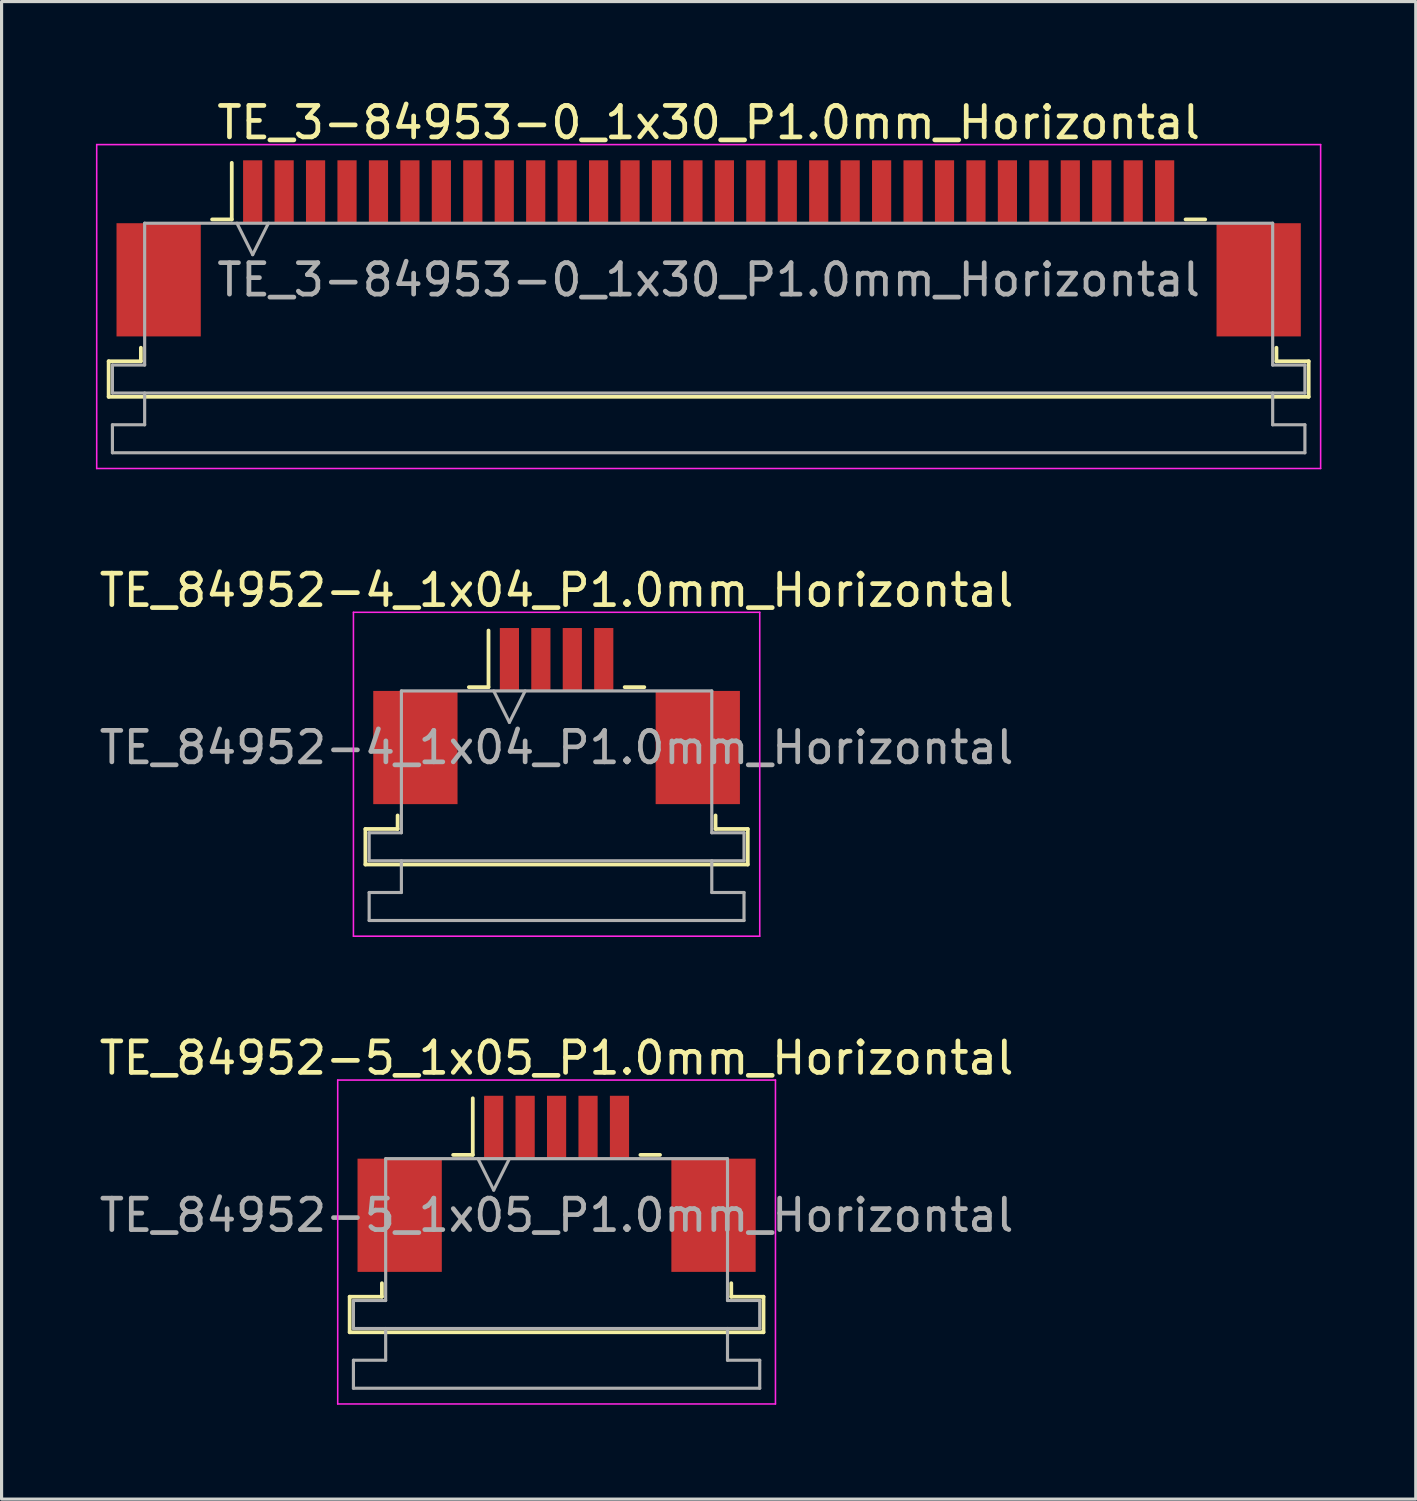
<source format=kicad_pcb>
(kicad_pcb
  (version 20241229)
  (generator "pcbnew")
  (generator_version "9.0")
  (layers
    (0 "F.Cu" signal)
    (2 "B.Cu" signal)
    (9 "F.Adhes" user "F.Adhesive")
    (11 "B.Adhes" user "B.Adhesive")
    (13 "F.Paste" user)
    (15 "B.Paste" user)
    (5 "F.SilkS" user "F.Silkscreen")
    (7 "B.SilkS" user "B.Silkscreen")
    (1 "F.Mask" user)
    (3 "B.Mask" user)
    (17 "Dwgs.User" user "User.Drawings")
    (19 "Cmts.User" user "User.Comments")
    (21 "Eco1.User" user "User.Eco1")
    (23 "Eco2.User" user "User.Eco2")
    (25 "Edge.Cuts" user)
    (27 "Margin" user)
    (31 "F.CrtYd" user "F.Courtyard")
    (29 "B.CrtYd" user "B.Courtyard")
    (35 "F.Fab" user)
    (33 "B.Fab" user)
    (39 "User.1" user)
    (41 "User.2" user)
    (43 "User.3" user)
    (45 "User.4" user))
  (footprint "TE_3-84953-0_1x30_P1.0mm_Horizontal"
    (layer "F.Cu")
    (at 19.485 4.848)
    (property "Reference" "TE_3-84953-0_1x30_P1.0mm_Horizontal" (at 0 -4 0) (layer "F.SilkS") (effects (font (size 1 1) (thickness 0.15))))
    (attr smd)
    (fp_line (start -19.08 3.59) (end -18.055 3.59) (stroke (width 0.12) (type solid)) (layer "F.SilkS"))
    (fp_line (start -19.08 4.72) (end -19.08 3.59) (stroke (width 0.12) (type solid)) (layer "F.SilkS"))
    (fp_line (start -18.055 3.59) (end -18.055 3.16) (stroke (width 0.12) (type solid)) (layer "F.SilkS"))
    (fp_line (start -15.79 -0.92) (end -15.165 -0.92) (stroke (width 0.12) (type solid)) (layer "F.SilkS"))
    (fp_line (start -15.165 -0.92) (end -15.165 -2.72) (stroke (width 0.12) (type solid)) (layer "F.SilkS"))
    (fp_line (start 15.165 -0.92) (end 15.79 -0.92) (stroke (width 0.12) (type solid)) (layer "F.SilkS"))
    (fp_line (start 18.055 3.16) (end 18.055 3.59) (stroke (width 0.12) (type solid)) (layer "F.SilkS"))
    (fp_line (start 18.055 3.59) (end 19.08 3.59) (stroke (width 0.12) (type solid)) (layer "F.SilkS"))
    (fp_line (start 19.08 3.59) (end 19.08 4.72) (stroke (width 0.12) (type solid)) (layer "F.SilkS"))
    (fp_line (start 19.08 4.72) (end -19.08 4.72) (stroke (width 0.12) (type solid)) (layer "F.SilkS"))
    (fp_line (start -19.46 -3.3) (end -19.46 7) (stroke (width 0.05) (type solid)) (layer "F.CrtYd"))
    (fp_line (start -19.46 7) (end 19.46 7) (stroke (width 0.05) (type solid)) (layer "F.CrtYd"))
    (fp_line (start 19.46 -3.3) (end -19.46 -3.3) (stroke (width 0.05) (type solid)) (layer "F.CrtYd"))
    (fp_line (start 19.46 7) (end 19.46 -3.3) (stroke (width 0.05) (type solid)) (layer "F.CrtYd"))
    (fp_line (start -18.96 3.71) (end -17.935 3.71) (stroke (width 0.1) (type solid)) (layer "F.Fab"))
    (fp_line (start -18.96 4.6) (end -18.96 3.71) (stroke (width 0.1) (type solid)) (layer "F.Fab"))
    (fp_line (start -18.96 5.61) (end -17.935 5.61) (stroke (width 0.1) (type solid)) (layer "F.Fab"))
    (fp_line (start -18.96 6.5) (end -18.96 5.61) (stroke (width 0.1) (type solid)) (layer "F.Fab"))
    (fp_line (start -17.935 -0.8) (end 17.935 -0.8) (stroke (width 0.1) (type solid)) (layer "F.Fab"))
    (fp_line (start -17.935 3.71) (end -17.935 -0.8) (stroke (width 0.1) (type solid)) (layer "F.Fab"))
    (fp_line (start -17.935 5.61) (end -17.935 4.6) (stroke (width 0.1) (type solid)) (layer "F.Fab"))
    (fp_line (start -15 -0.8) (end -14.5 0.2) (stroke (width 0.1) (type solid)) (layer "F.Fab"))
    (fp_line (start -14.5 0.2) (end -14 -0.8) (stroke (width 0.1) (type solid)) (layer "F.Fab"))
    (fp_line (start 17.935 -0.8) (end 17.935 3.71) (stroke (width 0.1) (type solid)) (layer "F.Fab"))
    (fp_line (start 17.935 3.71) (end 18.96 3.71) (stroke (width 0.1) (type solid)) (layer "F.Fab"))
    (fp_line (start 17.935 4.6) (end 17.935 5.61) (stroke (width 0.1) (type solid)) (layer "F.Fab"))
    (fp_line (start 17.935 5.61) (end 18.96 5.61) (stroke (width 0.1) (type solid)) (layer "F.Fab"))
    (fp_line (start 18.96 3.71) (end 18.96 4.6) (stroke (width 0.1) (type solid)) (layer "F.Fab"))
    (fp_line (start 18.96 4.6) (end -18.96 4.6) (stroke (width 0.1) (type solid)) (layer "F.Fab"))
    (fp_line (start 18.96 5.61) (end 18.96 6.5) (stroke (width 0.1) (type solid)) (layer "F.Fab"))
    (fp_line (start 18.96 6.5) (end -18.96 6.5) (stroke (width 0.1) (type solid)) (layer "F.Fab"))
    (fp_text user "${REFERENCE}" (at 0 1 0) (layer "F.Fab") (effects (font (size 1 1) (thickness 0.15))))
    (pad "" smd rect (at -17.49 1) (size 2.68 3.6) (layers "F.Cu" "F.Mask" "F.Paste"))
    (pad "" smd rect (at 17.49 1) (size 2.68 3.6) (layers "F.Cu" "F.Mask" "F.Paste"))
    (pad "1" smd rect (at -14.5 -1.8) (size 0.61 2) (layers "F.Cu" "F.Mask" "F.Paste"))
    (pad "2" smd rect (at -13.5 -1.8) (size 0.61 2) (layers "F.Cu" "F.Mask" "F.Paste"))
    (pad "3" smd rect (at -12.5 -1.8) (size 0.61 2) (layers "F.Cu" "F.Mask" "F.Paste"))
    (pad "4" smd rect (at -11.5 -1.8) (size 0.61 2) (layers "F.Cu" "F.Mask" "F.Paste"))
    (pad "5" smd rect (at -10.5 -1.8) (size 0.61 2) (layers "F.Cu" "F.Mask" "F.Paste"))
    (pad "6" smd rect (at -9.5 -1.8) (size 0.61 2) (layers "F.Cu" "F.Mask" "F.Paste"))
    (pad "7" smd rect (at -8.5 -1.8) (size 0.61 2) (layers "F.Cu" "F.Mask" "F.Paste"))
    (pad "8" smd rect (at -7.5 -1.8) (size 0.61 2) (layers "F.Cu" "F.Mask" "F.Paste"))
    (pad "9" smd rect (at -6.5 -1.8) (size 0.61 2) (layers "F.Cu" "F.Mask" "F.Paste"))
    (pad "10" smd rect (at -5.5 -1.8) (size 0.61 2) (layers "F.Cu" "F.Mask" "F.Paste"))
    (pad "11" smd rect (at -4.5 -1.8) (size 0.61 2) (layers "F.Cu" "F.Mask" "F.Paste"))
    (pad "12" smd rect (at -3.5 -1.8) (size 0.61 2) (layers "F.Cu" "F.Mask" "F.Paste"))
    (pad "13" smd rect (at -2.5 -1.8) (size 0.61 2) (layers "F.Cu" "F.Mask" "F.Paste"))
    (pad "14" smd rect (at -1.5 -1.8) (size 0.61 2) (layers "F.Cu" "F.Mask" "F.Paste"))
    (pad "15" smd rect (at -0.5 -1.8) (size 0.61 2) (layers "F.Cu" "F.Mask" "F.Paste"))
    (pad "16" smd rect (at 0.5 -1.8) (size 0.61 2) (layers "F.Cu" "F.Mask" "F.Paste"))
    (pad "17" smd rect (at 1.5 -1.8) (size 0.61 2) (layers "F.Cu" "F.Mask" "F.Paste"))
    (pad "18" smd rect (at 2.5 -1.8) (size 0.61 2) (layers "F.Cu" "F.Mask" "F.Paste"))
    (pad "19" smd rect (at 3.5 -1.8) (size 0.61 2) (layers "F.Cu" "F.Mask" "F.Paste"))
    (pad "20" smd rect (at 4.5 -1.8) (size 0.61 2) (layers "F.Cu" "F.Mask" "F.Paste"))
    (pad "21" smd rect (at 5.5 -1.8) (size 0.61 2) (layers "F.Cu" "F.Mask" "F.Paste"))
    (pad "22" smd rect (at 6.5 -1.8) (size 0.61 2) (layers "F.Cu" "F.Mask" "F.Paste"))
    (pad "23" smd rect (at 7.5 -1.8) (size 0.61 2) (layers "F.Cu" "F.Mask" "F.Paste"))
    (pad "24" smd rect (at 8.5 -1.8) (size 0.61 2) (layers "F.Cu" "F.Mask" "F.Paste"))
    (pad "25" smd rect (at 9.5 -1.8) (size 0.61 2) (layers "F.Cu" "F.Mask" "F.Paste"))
    (pad "26" smd rect (at 10.5 -1.8) (size 0.61 2) (layers "F.Cu" "F.Mask" "F.Paste"))
    (pad "27" smd rect (at 11.5 -1.8) (size 0.61 2) (layers "F.Cu" "F.Mask" "F.Paste"))
    (pad "28" smd rect (at 12.5 -1.8) (size 0.61 2) (layers "F.Cu" "F.Mask" "F.Paste"))
    (pad "29" smd rect (at 13.5 -1.8) (size 0.61 2) (layers "F.Cu" "F.Mask" "F.Paste"))
    (pad "30" smd rect (at 14.5 -1.8) (size 0.61 2) (layers "F.Cu" "F.Mask" "F.Paste")))
  (footprint "TE_84952-4_1x04_P1.0mm_Horizontal"
    (layer "F.Cu")
    (at 14.649 19.721)
    (property "Reference" "TE_84952-4_1x04_P1.0mm_Horizontal" (at 0 -4 0) (layer "F.SilkS") (effects (font (size 1 1) (thickness 0.15))))
    (attr smd)
    (fp_line (start -6.08 3.59) (end -5.055 3.59) (stroke (width 0.12) (type solid)) (layer "F.SilkS"))
    (fp_line (start -6.08 4.72) (end -6.08 3.59) (stroke (width 0.12) (type solid)) (layer "F.SilkS"))
    (fp_line (start -5.055 3.59) (end -5.055 3.16) (stroke (width 0.12) (type solid)) (layer "F.SilkS"))
    (fp_line (start -2.79 -0.92) (end -2.165 -0.92) (stroke (width 0.12) (type solid)) (layer "F.SilkS"))
    (fp_line (start -2.165 -0.92) (end -2.165 -2.72) (stroke (width 0.12) (type solid)) (layer "F.SilkS"))
    (fp_line (start 2.165 -0.92) (end 2.79 -0.92) (stroke (width 0.12) (type solid)) (layer "F.SilkS"))
    (fp_line (start 5.055 3.16) (end 5.055 3.59) (stroke (width 0.12) (type solid)) (layer "F.SilkS"))
    (fp_line (start 5.055 3.59) (end 6.08 3.59) (stroke (width 0.12) (type solid)) (layer "F.SilkS"))
    (fp_line (start 6.08 3.59) (end 6.08 4.72) (stroke (width 0.12) (type solid)) (layer "F.SilkS"))
    (fp_line (start 6.08 4.72) (end -6.08 4.72) (stroke (width 0.12) (type solid)) (layer "F.SilkS"))
    (fp_line (start -6.46 -3.3) (end -6.46 7) (stroke (width 0.05) (type solid)) (layer "F.CrtYd"))
    (fp_line (start -6.46 7) (end 6.46 7) (stroke (width 0.05) (type solid)) (layer "F.CrtYd"))
    (fp_line (start 6.46 -3.3) (end -6.46 -3.3) (stroke (width 0.05) (type solid)) (layer "F.CrtYd"))
    (fp_line (start 6.46 7) (end 6.46 -3.3) (stroke (width 0.05) (type solid)) (layer "F.CrtYd"))
    (fp_line (start -5.96 3.71) (end -4.935 3.71) (stroke (width 0.1) (type solid)) (layer "F.Fab"))
    (fp_line (start -5.96 4.6) (end -5.96 3.71) (stroke (width 0.1) (type solid)) (layer "F.Fab"))
    (fp_line (start -5.96 5.61) (end -4.935 5.61) (stroke (width 0.1) (type solid)) (layer "F.Fab"))
    (fp_line (start -5.96 6.5) (end -5.96 5.61) (stroke (width 0.1) (type solid)) (layer "F.Fab"))
    (fp_line (start -4.935 -0.8) (end 4.935 -0.8) (stroke (width 0.1) (type solid)) (layer "F.Fab"))
    (fp_line (start -4.935 3.71) (end -4.935 -0.8) (stroke (width 0.1) (type solid)) (layer "F.Fab"))
    (fp_line (start -4.935 5.61) (end -4.935 4.6) (stroke (width 0.1) (type solid)) (layer "F.Fab"))
    (fp_line (start -2 -0.8) (end -1.5 0.2) (stroke (width 0.1) (type solid)) (layer "F.Fab"))
    (fp_line (start -1.5 0.2) (end -1 -0.8) (stroke (width 0.1) (type solid)) (layer "F.Fab"))
    (fp_line (start 4.935 -0.8) (end 4.935 3.71) (stroke (width 0.1) (type solid)) (layer "F.Fab"))
    (fp_line (start 4.935 3.71) (end 5.96 3.71) (stroke (width 0.1) (type solid)) (layer "F.Fab"))
    (fp_line (start 4.935 4.6) (end 4.935 5.61) (stroke (width 0.1) (type solid)) (layer "F.Fab"))
    (fp_line (start 4.935 5.61) (end 5.96 5.61) (stroke (width 0.1) (type solid)) (layer "F.Fab"))
    (fp_line (start 5.96 3.71) (end 5.96 4.6) (stroke (width 0.1) (type solid)) (layer "F.Fab"))
    (fp_line (start 5.96 4.6) (end -5.96 4.6) (stroke (width 0.1) (type solid)) (layer "F.Fab"))
    (fp_line (start 5.96 5.61) (end 5.96 6.5) (stroke (width 0.1) (type solid)) (layer "F.Fab"))
    (fp_line (start 5.96 6.5) (end -5.96 6.5) (stroke (width 0.1) (type solid)) (layer "F.Fab"))
    (fp_text user "${REFERENCE}" (at 0 1 0) (layer "F.Fab") (effects (font (size 1 1) (thickness 0.15))))
    (pad "" smd rect (at -4.49 1) (size 2.68 3.6) (layers "F.Cu" "F.Mask" "F.Paste"))
    (pad "" smd rect (at 4.49 1) (size 2.68 3.6) (layers "F.Cu" "F.Mask" "F.Paste"))
    (pad "1" smd rect (at -1.5 -1.8) (size 0.61 2) (layers "F.Cu" "F.Mask" "F.Paste"))
    (pad "2" smd rect (at -0.5 -1.8) (size 0.61 2) (layers "F.Cu" "F.Mask" "F.Paste"))
    (pad "3" smd rect (at 0.5 -1.8) (size 0.61 2) (layers "F.Cu" "F.Mask" "F.Paste"))
    (pad "4" smd rect (at 1.5 -1.8) (size 0.61 2) (layers "F.Cu" "F.Mask" "F.Paste")))
  (footprint "TE_84952-5_1x05_P1.0mm_Horizontal"
    (layer "F.Cu")
    (at 14.649 34.595)
    (property "Reference" "TE_84952-5_1x05_P1.0mm_Horizontal" (at 0 -4 0) (layer "F.SilkS") (effects (font (size 1 1) (thickness 0.15))))
    (attr smd)
    (fp_line (start -6.58 3.59) (end -5.555 3.59) (stroke (width 0.12) (type solid)) (layer "F.SilkS"))
    (fp_line (start -6.58 4.72) (end -6.58 3.59) (stroke (width 0.12) (type solid)) (layer "F.SilkS"))
    (fp_line (start -5.555 3.59) (end -5.555 3.16) (stroke (width 0.12) (type solid)) (layer "F.SilkS"))
    (fp_line (start -3.29 -0.92) (end -2.665 -0.92) (stroke (width 0.12) (type solid)) (layer "F.SilkS"))
    (fp_line (start -2.665 -0.92) (end -2.665 -2.72) (stroke (width 0.12) (type solid)) (layer "F.SilkS"))
    (fp_line (start 2.665 -0.92) (end 3.29 -0.92) (stroke (width 0.12) (type solid)) (layer "F.SilkS"))
    (fp_line (start 5.555 3.16) (end 5.555 3.59) (stroke (width 0.12) (type solid)) (layer "F.SilkS"))
    (fp_line (start 5.555 3.59) (end 6.58 3.59) (stroke (width 0.12) (type solid)) (layer "F.SilkS"))
    (fp_line (start 6.58 3.59) (end 6.58 4.72) (stroke (width 0.12) (type solid)) (layer "F.SilkS"))
    (fp_line (start 6.58 4.72) (end -6.58 4.72) (stroke (width 0.12) (type solid)) (layer "F.SilkS"))
    (fp_line (start -6.96 -3.3) (end -6.96 7) (stroke (width 0.05) (type solid)) (layer "F.CrtYd"))
    (fp_line (start -6.96 7) (end 6.96 7) (stroke (width 0.05) (type solid)) (layer "F.CrtYd"))
    (fp_line (start 6.96 -3.3) (end -6.96 -3.3) (stroke (width 0.05) (type solid)) (layer "F.CrtYd"))
    (fp_line (start 6.96 7) (end 6.96 -3.3) (stroke (width 0.05) (type solid)) (layer "F.CrtYd"))
    (fp_line (start -6.46 3.71) (end -5.435 3.71) (stroke (width 0.1) (type solid)) (layer "F.Fab"))
    (fp_line (start -6.46 4.6) (end -6.46 3.71) (stroke (width 0.1) (type solid)) (layer "F.Fab"))
    (fp_line (start -6.46 5.61) (end -5.435 5.61) (stroke (width 0.1) (type solid)) (layer "F.Fab"))
    (fp_line (start -6.46 6.5) (end -6.46 5.61) (stroke (width 0.1) (type solid)) (layer "F.Fab"))
    (fp_line (start -5.435 -0.8) (end 5.435 -0.8) (stroke (width 0.1) (type solid)) (layer "F.Fab"))
    (fp_line (start -5.435 3.71) (end -5.435 -0.8) (stroke (width 0.1) (type solid)) (layer "F.Fab"))
    (fp_line (start -5.435 5.61) (end -5.435 4.6) (stroke (width 0.1) (type solid)) (layer "F.Fab"))
    (fp_line (start -2.5 -0.8) (end -2 0.2) (stroke (width 0.1) (type solid)) (layer "F.Fab"))
    (fp_line (start -2 0.2) (end -1.5 -0.8) (stroke (width 0.1) (type solid)) (layer "F.Fab"))
    (fp_line (start 5.435 -0.8) (end 5.435 3.71) (stroke (width 0.1) (type solid)) (layer "F.Fab"))
    (fp_line (start 5.435 3.71) (end 6.46 3.71) (stroke (width 0.1) (type solid)) (layer "F.Fab"))
    (fp_line (start 5.435 4.6) (end 5.435 5.61) (stroke (width 0.1) (type solid)) (layer "F.Fab"))
    (fp_line (start 5.435 5.61) (end 6.46 5.61) (stroke (width 0.1) (type solid)) (layer "F.Fab"))
    (fp_line (start 6.46 3.71) (end 6.46 4.6) (stroke (width 0.1) (type solid)) (layer "F.Fab"))
    (fp_line (start 6.46 4.6) (end -6.46 4.6) (stroke (width 0.1) (type solid)) (layer "F.Fab"))
    (fp_line (start 6.46 5.61) (end 6.46 6.5) (stroke (width 0.1) (type solid)) (layer "F.Fab"))
    (fp_line (start 6.46 6.5) (end -6.46 6.5) (stroke (width 0.1) (type solid)) (layer "F.Fab"))
    (fp_text user "${REFERENCE}" (at 0 1 0) (layer "F.Fab") (effects (font (size 1 1) (thickness 0.15))))
    (pad "" smd rect (at -4.99 1) (size 2.68 3.6) (layers "F.Cu" "F.Mask" "F.Paste"))
    (pad "" smd rect (at 4.99 1) (size 2.68 3.6) (layers "F.Cu" "F.Mask" "F.Paste"))
    (pad "1" smd rect (at -2 -1.8) (size 0.61 2) (layers "F.Cu" "F.Mask" "F.Paste"))
    (pad "2" smd rect (at -1 -1.8) (size 0.61 2) (layers "F.Cu" "F.Mask" "F.Paste"))
    (pad "3" smd rect (at 0 -1.8) (size 0.61 2) (layers "F.Cu" "F.Mask" "F.Paste"))
    (pad "4" smd rect (at 1 -1.8) (size 0.61 2) (layers "F.Cu" "F.Mask" "F.Paste"))
    (pad "5" smd rect (at 2 -1.8) (size 0.61 2) (layers "F.Cu" "F.Mask" "F.Paste")))
  (gr_rect
    (start -3 -3)
    (end 41.97 44.62)
    (stroke (width 0.1) (type default))
    (fill no)
    (layer "Edge.Cuts")))
</source>
